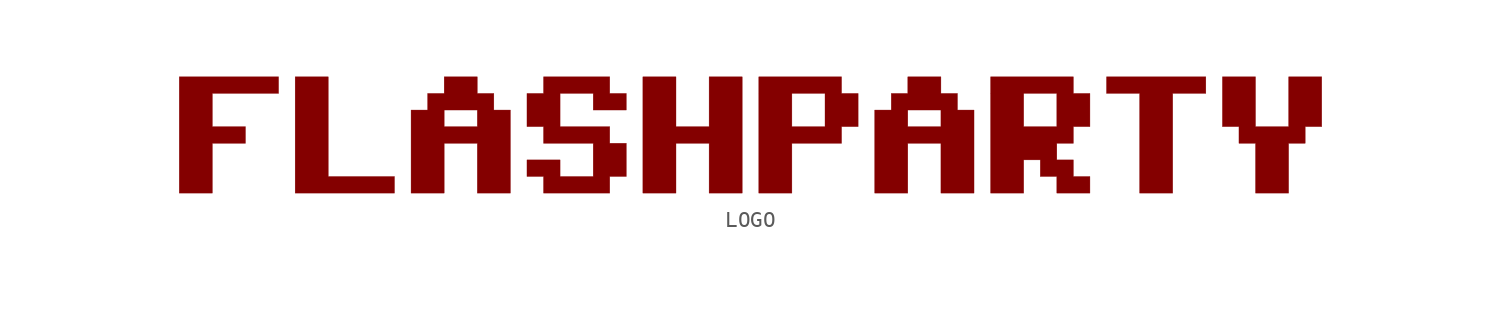
<source format=kicad_sym>
(kicad_symbol_lib
  (version 20210619)
  (generator bitmap2component)
  (symbol "LOGO"
    (pin_names
      (offset 1.016))
    (property "Reference" "#G"
      (at 0 2.933 0)
      (effects (font (size 1.27 1.27)) hide))
    (symbol "LOGO_0_0"
      (polyline (pts (xy -33.02 -0.51) (xy -30.988 -0.51) (xy -30.988 0.51) (xy -33.02 0.51) (xy -33.02 2.549) (xy -28.956 2.549) (xy -28.956 3.568) (xy -35.052 3.568) (xy -35.052 -3.568) (xy -33.02 -3.568) (xy -33.02 -0.51)) (stroke (width 0.01)) (fill (type outline)))
      (polyline (pts (xy -21.844 -2.549) (xy -25.908 -2.549) (xy -25.908 3.568) (xy -27.94 3.568) (xy -27.94 -3.568) (xy -21.844 -3.568) (xy -21.844 -2.549)) (stroke (width 0.01)) (fill (type outline)))
      (polyline (pts (xy -18.796 -0.51) (xy -16.764 -0.51) (xy -16.764 -3.568) (xy -14.732 -3.568) (xy -14.732 1.529) (xy -15.748 1.529) (xy -15.748 2.549) (xy -16.764 2.549) (xy -16.764 3.568) (xy -18.796 3.568) (xy -18.796 2.549) (xy -19.812 2.549) (xy -19.812 1.529) (xy -18.796 1.529) (xy -16.764 1.529) (xy -16.764 0.51) (xy -18.796 0.51) (xy -18.796 1.529) (xy -19.812 1.529) (xy -20.828 1.529) (xy -20.828 -3.568) (xy -18.796 -3.568) (xy -18.796 -0.51)) (stroke (width 0.01)) (fill (type outline)))
      (polyline (pts (xy -8.636 -2.549) (xy -7.62 -2.549) (xy -7.62 -0.51) (xy -8.636 -0.51) (xy -8.636 0.51) (xy -11.684 0.51) (xy -11.684 2.549) (xy -9.652 2.549) (xy -9.652 1.529) (xy -7.62 1.529) (xy -7.62 2.549) (xy -8.636 2.549) (xy -8.636 3.568) (xy -12.7 3.568) (xy -12.7 2.549) (xy -13.716 2.549) (xy -13.716 0.51) (xy -12.7 0.51) (xy -12.7 -0.51) (xy -9.652 -0.51) (xy -9.652 -2.549) (xy -11.684 -2.549) (xy -11.684 -1.529) (xy -13.716 -1.529) (xy -13.716 -2.549) (xy -12.7 -2.549) (xy -12.7 -3.568) (xy -8.636 -3.568) (xy -8.636 -2.549)) (stroke (width 0.01)) (fill (type outline)))
      (polyline (pts (xy -4.572 -0.51) (xy -2.54 -0.51) (xy -2.54 -3.568) (xy -0.508 -3.568) (xy -0.508 3.568) (xy -2.54 3.568) (xy -2.54 0.51) (xy -4.572 0.51) (xy -4.572 3.568) (xy -6.604 3.568) (xy -6.604 -3.568) (xy -4.572 -3.568) (xy -4.572 -0.51)) (stroke (width 0.01)) (fill (type outline)))
      (polyline (pts (xy 2.54 -0.51) (xy 5.588 -0.51) (xy 5.588 0.51) (xy 6.604 0.51) (xy 6.604 2.549) (xy 5.588 2.549) (xy 5.588 3.568) (xy 0.508 3.568) (xy 0.508 2.549) (xy 2.54 2.549) (xy 4.572 2.549) (xy 4.572 0.51) (xy 2.54 0.51) (xy 2.54 2.549) (xy 0.508 2.549) (xy 0.508 -3.568) (xy 2.54 -3.568) (xy 2.54 -0.51)) (stroke (width 0.01)) (fill (type outline)))
      (polyline (pts (xy 9.652 -0.51) (xy 11.684 -0.51) (xy 11.684 -3.568) (xy 13.716 -3.568) (xy 13.716 1.529) (xy 12.7 1.529) (xy 12.7 2.549) (xy 11.684 2.549) (xy 11.684 3.568) (xy 9.652 3.568) (xy 9.652 2.549) (xy 8.636 2.549) (xy 8.636 1.529) (xy 9.652 1.529) (xy 11.684 1.529) (xy 11.684 0.51) (xy 9.652 0.51) (xy 9.652 1.529) (xy 8.636 1.529) (xy 7.62 1.529) (xy 7.62 -3.568) (xy 9.652 -3.568) (xy 9.652 -0.51)) (stroke (width 0.01)) (fill (type outline)))
      (polyline (pts (xy 16.764 -1.529) (xy 17.78 -1.529) (xy 17.78 -2.549) (xy 18.796 -2.549) (xy 18.796 -3.568) (xy 20.828 -3.568) (xy 20.828 -2.549) (xy 19.812 -2.549) (xy 19.812 -1.529) (xy 18.796 -1.529) (xy 18.796 -0.51) (xy 19.812 -0.51) (xy 19.812 0.51) (xy 20.828 0.51) (xy 20.828 2.549) (xy 19.812 2.549) (xy 19.812 3.568) (xy 14.732 3.568) (xy 14.732 2.549) (xy 16.764 2.549) (xy 18.796 2.549) (xy 18.796 0.51) (xy 16.764 0.51) (xy 16.764 2.549) (xy 14.732 2.549) (xy 14.732 -3.568) (xy 16.764 -3.568) (xy 16.764 -1.529)) (stroke (width 0.01)) (fill (type outline)))
      (polyline (pts (xy 25.908 2.549) (xy 27.94 2.549) (xy 27.94 3.568) (xy 21.844 3.568) (xy 21.844 2.549) (xy 23.876 2.549) (xy 23.876 -3.568) (xy 25.908 -3.568) (xy 25.908 2.549)) (stroke (width 0.01)) (fill (type outline)))
      (polyline (pts (xy 33.02 -0.51) (xy 34.036 -0.51) (xy 34.036 0.51) (xy 35.052 0.51) (xy 35.052 3.568) (xy 33.02 3.568) (xy 33.02 0.51) (xy 30.988 0.51) (xy 30.988 3.568) (xy 28.956 3.568) (xy 28.956 0.51) (xy 29.972 0.51) (xy 29.972 -0.51) (xy 30.988 -0.51) (xy 30.988 -3.568) (xy 33.02 -3.568) (xy 33.02 -0.51)) (stroke (width 0.01)) (fill (type outline))))))
</source>
